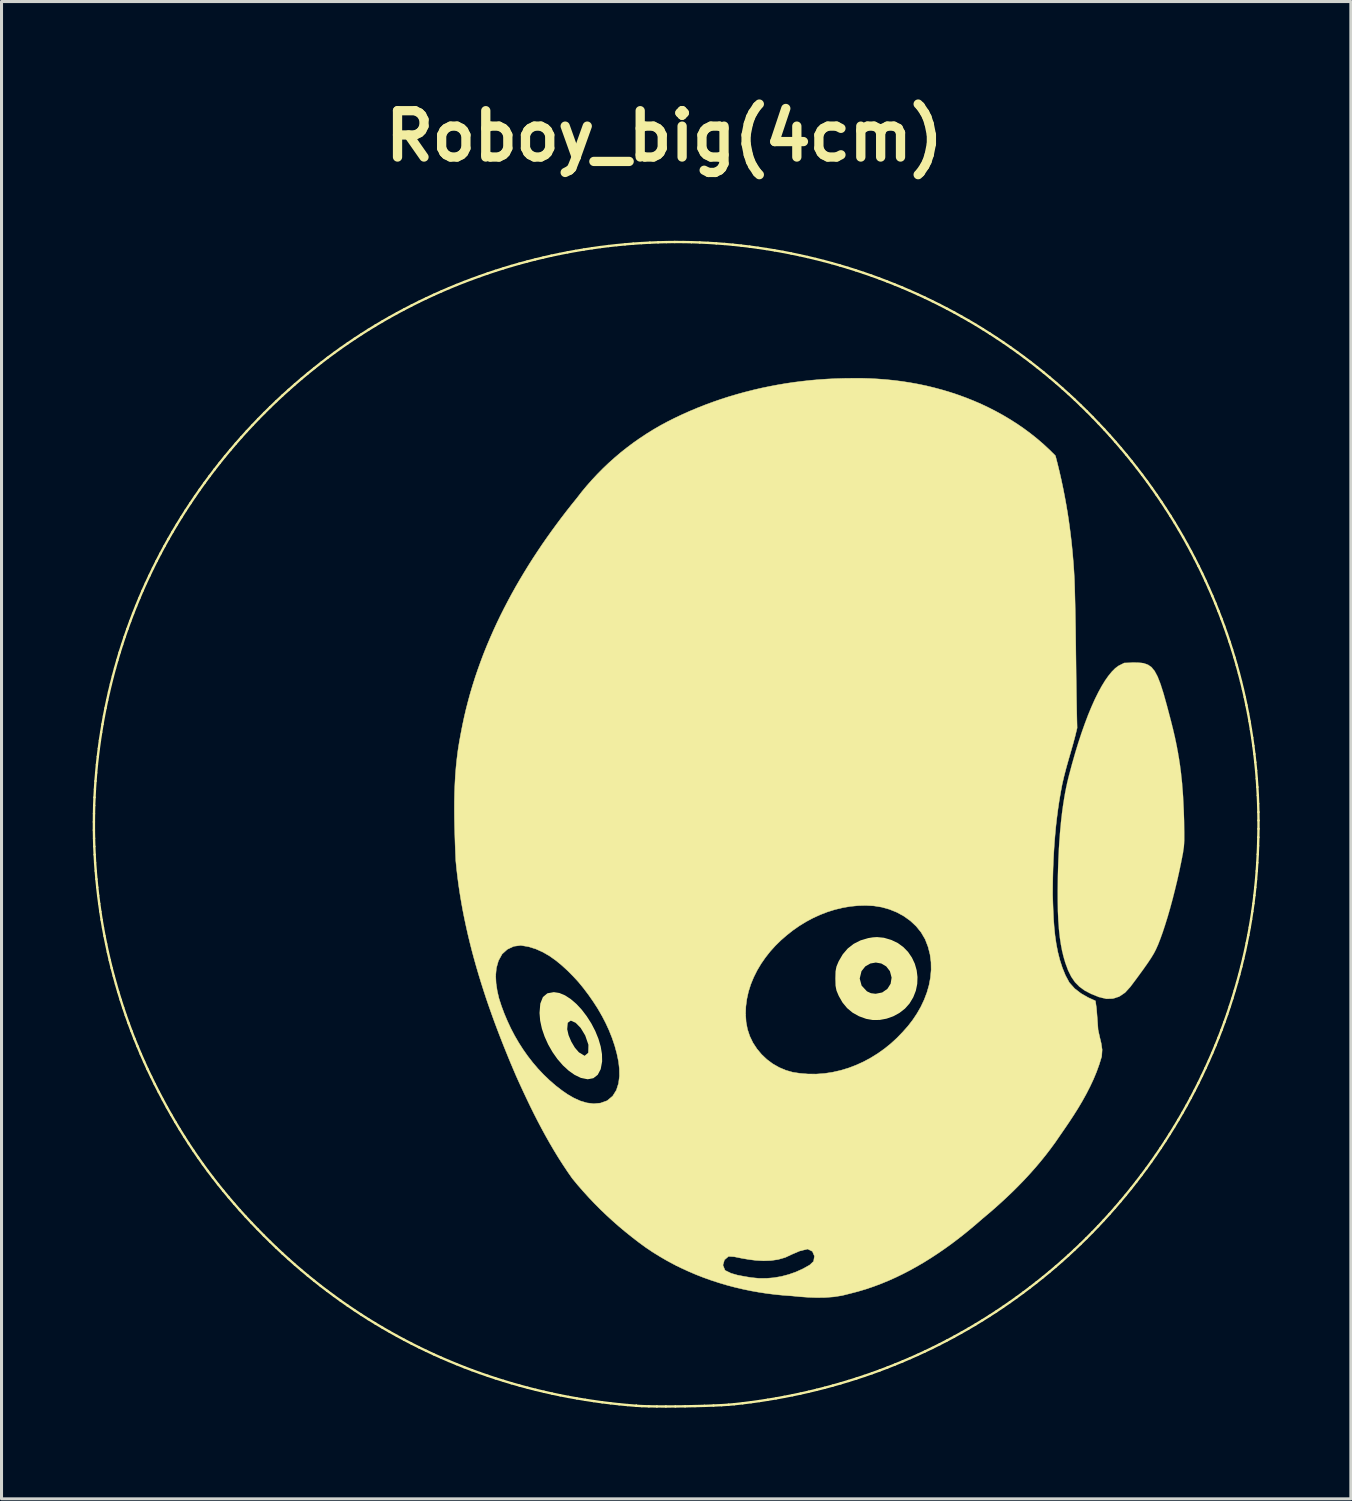
<source format=kicad_pcb>
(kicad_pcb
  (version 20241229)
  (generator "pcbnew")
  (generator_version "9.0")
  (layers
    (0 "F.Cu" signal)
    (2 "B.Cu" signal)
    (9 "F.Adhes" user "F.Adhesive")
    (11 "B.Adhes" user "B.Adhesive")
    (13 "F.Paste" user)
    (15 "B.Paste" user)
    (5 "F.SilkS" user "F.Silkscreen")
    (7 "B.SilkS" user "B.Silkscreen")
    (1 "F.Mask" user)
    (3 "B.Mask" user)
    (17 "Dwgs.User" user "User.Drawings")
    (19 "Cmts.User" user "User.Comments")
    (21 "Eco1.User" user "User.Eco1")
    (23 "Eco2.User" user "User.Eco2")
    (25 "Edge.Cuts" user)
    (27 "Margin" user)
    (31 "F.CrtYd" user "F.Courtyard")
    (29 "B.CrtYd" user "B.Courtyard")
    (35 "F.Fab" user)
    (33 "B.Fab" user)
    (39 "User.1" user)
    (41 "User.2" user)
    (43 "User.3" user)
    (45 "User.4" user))
  (footprint "Roboy_big(4cm)"
    (layer "F.Cu")
    (at 18.808 23.858)
    (property "Reference" "Roboy_big(4cm)" (at 0 -22.432 0) (layer "F.SilkS") (effects (font (size 1.524 1.524) (thickness 0.305))))
    (attr smd)
    (fp_line (start -18.769 0.13) (end -18.766 -0.139) (stroke (width 0.078) (type solid)) (layer "F.SilkS"))
    (fp_line (start -18.769 0.399) (end -18.769 0.13) (stroke (width 0.078) (type solid)) (layer "F.SilkS"))
    (fp_line (start -18.766 -0.139) (end -18.76 -0.409) (stroke (width 0.078) (type solid)) (layer "F.SilkS"))
    (fp_line (start -18.764 0.668) (end -18.769 0.399) (stroke (width 0.078) (type solid)) (layer "F.SilkS"))
    (fp_line (start -18.76 -0.409) (end -18.749 -0.678) (stroke (width 0.078) (type solid)) (layer "F.SilkS"))
    (fp_line (start -18.756 0.937) (end -18.764 0.668) (stroke (width 0.078) (type solid)) (layer "F.SilkS"))
    (fp_line (start -18.749 -0.678) (end -18.735 -0.946) (stroke (width 0.078) (type solid)) (layer "F.SilkS"))
    (fp_line (start -18.744 1.206) (end -18.756 0.937) (stroke (width 0.078) (type solid)) (layer "F.SilkS"))
    (fp_line (start -18.735 -0.946) (end -18.717 -1.215) (stroke (width 0.078) (type solid)) (layer "F.SilkS"))
    (fp_line (start -18.729 1.475) (end -18.744 1.206) (stroke (width 0.078) (type solid)) (layer "F.SilkS"))
    (fp_line (start -18.717 -1.215) (end -18.695 -1.483) (stroke (width 0.078) (type solid)) (layer "F.SilkS"))
    (fp_line (start -18.709 1.744) (end -18.729 1.475) (stroke (width 0.078) (type solid)) (layer "F.SilkS"))
    (fp_line (start -18.695 -1.483) (end -18.67 -1.751) (stroke (width 0.078) (type solid)) (layer "F.SilkS"))
    (fp_line (start -18.686 2.012) (end -18.709 1.744) (stroke (width 0.078) (type solid)) (layer "F.SilkS"))
    (fp_line (start -18.67 -1.751) (end -18.64 -2.019) (stroke (width 0.078) (type solid)) (layer "F.SilkS"))
    (fp_line (start -18.659 2.281) (end -18.686 2.012) (stroke (width 0.078) (type solid)) (layer "F.SilkS"))
    (fp_line (start -18.64 -2.019) (end -18.607 -2.286) (stroke (width 0.078) (type solid)) (layer "F.SilkS"))
    (fp_line (start -18.629 2.548) (end -18.659 2.281) (stroke (width 0.078) (type solid)) (layer "F.SilkS"))
    (fp_line (start -18.607 -2.286) (end -18.571 -2.553) (stroke (width 0.078) (type solid)) (layer "F.SilkS"))
    (fp_line (start -18.594 2.816) (end -18.629 2.548) (stroke (width 0.078) (type solid)) (layer "F.SilkS"))
    (fp_line (start -18.571 -2.553) (end -18.53 -2.819) (stroke (width 0.078) (type solid)) (layer "F.SilkS"))
    (fp_line (start -18.556 3.083) (end -18.594 2.816) (stroke (width 0.078) (type solid)) (layer "F.SilkS"))
    (fp_line (start -18.53 -2.819) (end -18.486 -3.085) (stroke (width 0.078) (type solid)) (layer "F.SilkS"))
    (fp_line (start -18.515 3.349) (end -18.556 3.083) (stroke (width 0.078) (type solid)) (layer "F.SilkS"))
    (fp_line (start -18.486 -3.085) (end -18.439 -3.35) (stroke (width 0.078) (type solid)) (layer "F.SilkS"))
    (fp_line (start -18.469 3.616) (end -18.515 3.349) (stroke (width 0.078) (type solid)) (layer "F.SilkS"))
    (fp_line (start -18.439 -3.35) (end -18.387 -3.615) (stroke (width 0.078) (type solid)) (layer "F.SilkS"))
    (fp_line (start -18.42 3.881) (end -18.469 3.616) (stroke (width 0.078) (type solid)) (layer "F.SilkS"))
    (fp_line (start -18.387 -3.615) (end -18.332 -3.878) (stroke (width 0.078) (type solid)) (layer "F.SilkS"))
    (fp_line (start -18.366 4.146) (end -18.42 3.881) (stroke (width 0.078) (type solid)) (layer "F.SilkS"))
    (fp_line (start -18.332 -3.878) (end -18.273 -4.142) (stroke (width 0.078) (type solid)) (layer "F.SilkS"))
    (fp_line (start -18.31 4.41) (end -18.366 4.146) (stroke (width 0.078) (type solid)) (layer "F.SilkS"))
    (fp_line (start -18.273 -4.142) (end -18.21 -4.404) (stroke (width 0.078) (type solid)) (layer "F.SilkS"))
    (fp_line (start -18.249 4.674) (end -18.31 4.41) (stroke (width 0.078) (type solid)) (layer "F.SilkS"))
    (fp_line (start -18.21 -4.404) (end -18.144 -4.665) (stroke (width 0.078) (type solid)) (layer "F.SilkS"))
    (fp_line (start -18.185 4.936) (end -18.249 4.674) (stroke (width 0.078) (type solid)) (layer "F.SilkS"))
    (fp_line (start -18.144 -4.665) (end -18.074 -4.926) (stroke (width 0.078) (type solid)) (layer "F.SilkS"))
    (fp_line (start -18.116 5.198) (end -18.185 4.936) (stroke (width 0.078) (type solid)) (layer "F.SilkS"))
    (fp_line (start -18.074 -4.926) (end -18 -5.186) (stroke (width 0.078) (type solid)) (layer "F.SilkS"))
    (fp_line (start -18.044 5.459) (end -18.116 5.198) (stroke (width 0.078) (type solid)) (layer "F.SilkS"))
    (fp_line (start -18 -5.186) (end -17.923 -5.445) (stroke (width 0.078) (type solid)) (layer "F.SilkS"))
    (fp_line (start -17.969 5.72) (end -18.044 5.459) (stroke (width 0.078) (type solid)) (layer "F.SilkS"))
    (fp_line (start -17.923 -5.445) (end -17.841 -5.702) (stroke (width 0.078) (type solid)) (layer "F.SilkS"))
    (fp_line (start -17.889 5.979) (end -17.969 5.72) (stroke (width 0.078) (type solid)) (layer "F.SilkS"))
    (fp_line (start -17.841 -5.702) (end -17.757 -5.959) (stroke (width 0.078) (type solid)) (layer "F.SilkS"))
    (fp_line (start -17.806 6.237) (end -17.889 5.979) (stroke (width 0.078) (type solid)) (layer "F.SilkS"))
    (fp_line (start -17.757 -5.959) (end -17.668 -6.215) (stroke (width 0.078) (type solid)) (layer "F.SilkS"))
    (fp_line (start -17.719 6.495) (end -17.806 6.237) (stroke (width 0.078) (type solid)) (layer "F.SilkS"))
    (fp_line (start -17.668 -6.215) (end -17.576 -6.469) (stroke (width 0.078) (type solid)) (layer "F.SilkS"))
    (fp_line (start -17.628 6.751) (end -17.719 6.495) (stroke (width 0.078) (type solid)) (layer "F.SilkS"))
    (fp_line (start -17.576 -6.469) (end -17.48 -6.722) (stroke (width 0.078) (type solid)) (layer "F.SilkS"))
    (fp_line (start -17.534 7.006) (end -17.628 6.751) (stroke (width 0.078) (type solid)) (layer "F.SilkS"))
    (fp_line (start -17.48 -6.722) (end -17.38 -6.974) (stroke (width 0.078) (type solid)) (layer "F.SilkS"))
    (fp_line (start -17.436 7.26) (end -17.534 7.006) (stroke (width 0.078) (type solid)) (layer "F.SilkS"))
    (fp_line (start -17.38 -6.974) (end -17.277 -7.225) (stroke (width 0.078) (type solid)) (layer "F.SilkS"))
    (fp_line (start -17.333 7.512) (end -17.436 7.26) (stroke (width 0.078) (type solid)) (layer "F.SilkS"))
    (fp_line (start -17.277 -7.225) (end -17.17 -7.475) (stroke (width 0.078) (type solid)) (layer "F.SilkS"))
    (fp_line (start -17.228 7.764) (end -17.333 7.512) (stroke (width 0.078) (type solid)) (layer "F.SilkS"))
    (fp_line (start -17.17 -7.475) (end -17.059 -7.723) (stroke (width 0.078) (type solid)) (layer "F.SilkS"))
    (fp_line (start -17.118 8.014) (end -17.228 7.764) (stroke (width 0.078) (type solid)) (layer "F.SilkS"))
    (fp_line (start -17.059 -7.723) (end -16.944 -7.969) (stroke (width 0.078) (type solid)) (layer "F.SilkS"))
    (fp_line (start -17.005 8.263) (end -17.118 8.014) (stroke (width 0.078) (type solid)) (layer "F.SilkS"))
    (fp_line (start -16.944 -7.969) (end -16.826 -8.215) (stroke (width 0.078) (type solid)) (layer "F.SilkS"))
    (fp_line (start -16.887 8.51) (end -17.005 8.263) (stroke (width 0.078) (type solid)) (layer "F.SilkS"))
    (fp_line (start -16.826 -8.215) (end -16.704 -8.458) (stroke (width 0.078) (type solid)) (layer "F.SilkS"))
    (fp_line (start -16.766 8.756) (end -16.887 8.51) (stroke (width 0.078) (type solid)) (layer "F.SilkS"))
    (fp_line (start -16.704 -8.458) (end -16.579 -8.7) (stroke (width 0.078) (type solid)) (layer "F.SilkS"))
    (fp_line (start -16.635 9.014) (end -16.766 8.756) (stroke (width 0.078) (type solid)) (layer "F.SilkS"))
    (fp_line (start -16.579 -8.7) (end -16.45 -8.941) (stroke (width 0.078) (type solid)) (layer "F.SilkS"))
    (fp_line (start -16.501 9.268) (end -16.635 9.014) (stroke (width 0.078) (type solid)) (layer "F.SilkS"))
    (fp_line (start -16.45 -8.941) (end -16.317 -9.18) (stroke (width 0.078) (type solid)) (layer "F.SilkS"))
    (fp_line (start -16.366 9.518) (end -16.501 9.268) (stroke (width 0.078) (type solid)) (layer "F.SilkS"))
    (fp_line (start -16.317 -9.18) (end -16.18 -9.417) (stroke (width 0.078) (type solid)) (layer "F.SilkS"))
    (fp_line (start -16.227 9.764) (end -16.366 9.518) (stroke (width 0.078) (type solid)) (layer "F.SilkS"))
    (fp_line (start -16.18 -9.417) (end -16.039 -9.654) (stroke (width 0.078) (type solid)) (layer "F.SilkS"))
    (fp_line (start -16.087 10.006) (end -16.227 9.764) (stroke (width 0.078) (type solid)) (layer "F.SilkS"))
    (fp_line (start -16.039 -9.654) (end -15.895 -9.889) (stroke (width 0.078) (type solid)) (layer "F.SilkS"))
    (fp_line (start -15.943 10.245) (end -16.087 10.006) (stroke (width 0.078) (type solid)) (layer "F.SilkS"))
    (fp_line (start -15.895 -9.889) (end -15.748 -10.121) (stroke (width 0.078) (type solid)) (layer "F.SilkS"))
    (fp_line (start -15.797 10.48) (end -15.943 10.245) (stroke (width 0.078) (type solid)) (layer "F.SilkS"))
    (fp_line (start -15.748 -10.121) (end -15.597 -10.351) (stroke (width 0.078) (type solid)) (layer "F.SilkS"))
    (fp_line (start -15.648 10.713) (end -15.797 10.48) (stroke (width 0.078) (type solid)) (layer "F.SilkS"))
    (fp_line (start -15.597 -10.351) (end -15.443 -10.579) (stroke (width 0.078) (type solid)) (layer "F.SilkS"))
    (fp_line (start -15.496 10.942) (end -15.648 10.713) (stroke (width 0.078) (type solid)) (layer "F.SilkS"))
    (fp_line (start -15.443 -10.579) (end -15.287 -10.804) (stroke (width 0.078) (type solid)) (layer "F.SilkS"))
    (fp_line (start -15.341 11.168) (end -15.496 10.942) (stroke (width 0.078) (type solid)) (layer "F.SilkS"))
    (fp_line (start -15.287 -10.804) (end -15.127 -11.027) (stroke (width 0.078) (type solid)) (layer "F.SilkS"))
    (fp_line (start -15.182 11.392) (end -15.341 11.168) (stroke (width 0.078) (type solid)) (layer "F.SilkS"))
    (fp_line (start -15.127 -11.027) (end -14.964 -11.248) (stroke (width 0.078) (type solid)) (layer "F.SilkS"))
    (fp_line (start -15.02 11.614) (end -15.182 11.392) (stroke (width 0.078) (type solid)) (layer "F.SilkS"))
    (fp_line (start -14.964 -11.248) (end -14.798 -11.466) (stroke (width 0.078) (type solid)) (layer "F.SilkS"))
    (fp_line (start -14.854 11.833) (end -15.02 11.614) (stroke (width 0.078) (type solid)) (layer "F.SilkS"))
    (fp_line (start -14.798 -11.466) (end -14.629 -11.682) (stroke (width 0.078) (type solid)) (layer "F.SilkS"))
    (fp_line (start -14.685 12.05) (end -14.854 11.833) (stroke (width 0.078) (type solid)) (layer "F.SilkS"))
    (fp_line (start -14.629 -11.682) (end -14.457 -11.896) (stroke (width 0.078) (type solid)) (layer "F.SilkS"))
    (fp_line (start -14.512 12.265) (end -14.685 12.05) (stroke (width 0.078) (type solid)) (layer "F.SilkS"))
    (fp_line (start -14.457 -11.896) (end -14.281 -12.107) (stroke (width 0.078) (type solid)) (layer "F.SilkS"))
    (fp_line (start -14.334 12.479) (end -14.512 12.265) (stroke (width 0.078) (type solid)) (layer "F.SilkS"))
    (fp_line (start -14.281 -12.107) (end -14.103 -12.316) (stroke (width 0.078) (type solid)) (layer "F.SilkS"))
    (fp_line (start -14.153 12.691) (end -14.334 12.479) (stroke (width 0.078) (type solid)) (layer "F.SilkS"))
    (fp_line (start -14.103 -12.316) (end -13.922 -12.522) (stroke (width 0.078) (type solid)) (layer "F.SilkS"))
    (fp_line (start -13.968 12.902) (end -14.153 12.691) (stroke (width 0.078) (type solid)) (layer "F.SilkS"))
    (fp_line (start -13.922 -12.522) (end -13.738 -12.726) (stroke (width 0.078) (type solid)) (layer "F.SilkS"))
    (fp_line (start -13.778 13.111) (end -13.968 12.902) (stroke (width 0.078) (type solid)) (layer "F.SilkS"))
    (fp_line (start -13.738 -12.726) (end -13.55 -12.927) (stroke (width 0.078) (type solid)) (layer "F.SilkS"))
    (fp_line (start -13.583 13.32) (end -13.778 13.111) (stroke (width 0.078) (type solid)) (layer "F.SilkS"))
    (fp_line (start -13.55 -12.927) (end -13.36 -13.126) (stroke (width 0.078) (type solid)) (layer "F.SilkS"))
    (fp_line (start -13.384 13.527) (end -13.583 13.32) (stroke (width 0.078) (type solid)) (layer "F.SilkS"))
    (fp_line (start -13.36 -13.126) (end -13.167 -13.322) (stroke (width 0.078) (type solid)) (layer "F.SilkS"))
    (fp_line (start -13.181 13.734) (end -13.384 13.527) (stroke (width 0.078) (type solid)) (layer "F.SilkS"))
    (fp_line (start -13.167 -13.322) (end -12.971 -13.516) (stroke (width 0.078) (type solid)) (layer "F.SilkS"))
    (fp_line (start -12.972 13.941) (end -13.181 13.734) (stroke (width 0.078) (type solid)) (layer "F.SilkS"))
    (fp_line (start -12.971 -13.516) (end -12.772 -13.707) (stroke (width 0.078) (type solid)) (layer "F.SilkS"))
    (fp_line (start -12.772 14.134) (end -12.972 13.941) (stroke (width 0.078) (type solid)) (layer "F.SilkS"))
    (fp_line (start -12.772 -13.707) (end -12.57 -13.896) (stroke (width 0.078) (type solid)) (layer "F.SilkS"))
    (fp_line (start -12.57 -13.896) (end -12.364 -14.082) (stroke (width 0.078) (type solid)) (layer "F.SilkS"))
    (fp_line (start -12.569 14.324) (end -12.772 14.134) (stroke (width 0.078) (type solid)) (layer "F.SilkS"))
    (fp_line (start -12.364 -14.082) (end -12.157 -14.265) (stroke (width 0.078) (type solid)) (layer "F.SilkS"))
    (fp_line (start -12.364 14.51) (end -12.569 14.324) (stroke (width 0.078) (type solid)) (layer "F.SilkS"))
    (fp_line (start -12.157 14.694) (end -12.364 14.51) (stroke (width 0.078) (type solid)) (layer "F.SilkS"))
    (fp_line (start -12.157 -14.265) (end -11.946 -14.446) (stroke (width 0.078) (type solid)) (layer "F.SilkS"))
    (fp_line (start -11.948 14.873) (end -12.157 14.694) (stroke (width 0.078) (type solid)) (layer "F.SilkS"))
    (fp_line (start -11.946 -14.446) (end -11.732 -14.625) (stroke (width 0.078) (type solid)) (layer "F.SilkS"))
    (fp_line (start -11.737 15.05) (end -11.948 14.873) (stroke (width 0.078) (type solid)) (layer "F.SilkS"))
    (fp_line (start -11.732 -14.625) (end -11.515 -14.8) (stroke (width 0.078) (type solid)) (layer "F.SilkS"))
    (fp_line (start -11.523 15.223) (end -11.737 15.05) (stroke (width 0.078) (type solid)) (layer "F.SilkS"))
    (fp_line (start -11.515 -14.8) (end -11.296 -14.974) (stroke (width 0.078) (type solid)) (layer "F.SilkS"))
    (fp_line (start -11.308 15.393) (end -11.523 15.223) (stroke (width 0.078) (type solid)) (layer "F.SilkS"))
    (fp_line (start -11.296 -14.974) (end -11.081 -15.139) (stroke (width 0.078) (type solid)) (layer "F.SilkS"))
    (fp_line (start -11.09 15.559) (end -11.308 15.393) (stroke (width 0.078) (type solid)) (layer "F.SilkS"))
    (fp_line (start -11.081 -15.139) (end -10.863 -15.3) (stroke (width 0.078) (type solid)) (layer "F.SilkS"))
    (fp_line (start -10.87 15.722) (end -11.09 15.559) (stroke (width 0.078) (type solid)) (layer "F.SilkS"))
    (fp_line (start -10.863 -15.3) (end -10.643 -15.459) (stroke (width 0.078) (type solid)) (layer "F.SilkS"))
    (fp_line (start -10.649 15.882) (end -10.87 15.722) (stroke (width 0.078) (type solid)) (layer "F.SilkS"))
    (fp_line (start -10.643 -15.459) (end -10.42 -15.614) (stroke (width 0.078) (type solid)) (layer "F.SilkS"))
    (fp_line (start -10.425 16.038) (end -10.649 15.882) (stroke (width 0.078) (type solid)) (layer "F.SilkS"))
    (fp_line (start -10.42 -15.614) (end -10.195 -15.765) (stroke (width 0.078) (type solid)) (layer "F.SilkS"))
    (fp_line (start -10.199 16.191) (end -10.425 16.038) (stroke (width 0.078) (type solid)) (layer "F.SilkS"))
    (fp_line (start -10.195 -15.765) (end -9.968 -15.914) (stroke (width 0.078) (type solid)) (layer "F.SilkS"))
    (fp_line (start -9.971 16.341) (end -10.199 16.191) (stroke (width 0.078) (type solid)) (layer "F.SilkS"))
    (fp_line (start -9.968 -15.914) (end -9.739 -16.059) (stroke (width 0.078) (type solid)) (layer "F.SilkS"))
    (fp_line (start -9.741 16.487) (end -9.971 16.341) (stroke (width 0.078) (type solid)) (layer "F.SilkS"))
    (fp_line (start -9.739 -16.059) (end -9.508 -16.201) (stroke (width 0.078) (type solid)) (layer "F.SilkS"))
    (fp_line (start -9.509 16.629) (end -9.741 16.487) (stroke (width 0.078) (type solid)) (layer "F.SilkS"))
    (fp_line (start -9.508 -16.201) (end -9.275 -16.339) (stroke (width 0.078) (type solid)) (layer "F.SilkS"))
    (fp_line (start -9.276 16.768) (end -9.509 16.629) (stroke (width 0.078) (type solid)) (layer "F.SilkS"))
    (fp_line (start -9.275 -16.339) (end -9.039 -16.474) (stroke (width 0.078) (type solid)) (layer "F.SilkS"))
    (fp_line (start -9.04 16.904) (end -9.276 16.768) (stroke (width 0.078) (type solid)) (layer "F.SilkS"))
    (fp_line (start -9.039 -16.474) (end -8.802 -16.605) (stroke (width 0.078) (type solid)) (layer "F.SilkS"))
    (fp_line (start -8.803 17.036) (end -9.04 16.904) (stroke (width 0.078) (type solid)) (layer "F.SilkS"))
    (fp_line (start -8.802 -16.605) (end -8.563 -16.733) (stroke (width 0.078) (type solid)) (layer "F.SilkS"))
    (fp_line (start -8.564 17.165) (end -8.803 17.036) (stroke (width 0.078) (type solid)) (layer "F.SilkS"))
    (fp_line (start -8.563 -16.733) (end -8.321 -16.858) (stroke (width 0.078) (type solid)) (layer "F.SilkS"))
    (fp_line (start -8.323 17.29) (end -8.564 17.165) (stroke (width 0.078) (type solid)) (layer "F.SilkS"))
    (fp_line (start -8.321 -16.858) (end -8.079 -16.979) (stroke (width 0.078) (type solid)) (layer "F.SilkS"))
    (fp_line (start -8.08 17.412) (end -8.323 17.29) (stroke (width 0.078) (type solid)) (layer "F.SilkS"))
    (fp_line (start -8.079 -16.979) (end -7.834 -17.097) (stroke (width 0.078) (type solid)) (layer "F.SilkS"))
    (fp_line (start -7.835 17.53) (end -8.08 17.412) (stroke (width 0.078) (type solid)) (layer "F.SilkS"))
    (fp_line (start -7.834 -17.097) (end -7.588 -17.211) (stroke (width 0.078) (type solid)) (layer "F.SilkS"))
    (fp_line (start -7.589 17.645) (end -7.835 17.53) (stroke (width 0.078) (type solid)) (layer "F.SilkS"))
    (fp_line (start -7.588 -17.211) (end -7.339 -17.322) (stroke (width 0.078) (type solid)) (layer "F.SilkS"))
    (fp_line (start -7.341 17.756) (end -7.589 17.645) (stroke (width 0.078) (type solid)) (layer "F.SilkS"))
    (fp_line (start -7.339 -17.322) (end -7.09 -17.429) (stroke (width 0.078) (type solid)) (layer "F.SilkS"))
    (fp_line (start -7.091 17.863) (end -7.341 17.756) (stroke (width 0.078) (type solid)) (layer "F.SilkS"))
    (fp_line (start -7.09 -17.429) (end -6.839 -17.533) (stroke (width 0.078) (type solid)) (layer "F.SilkS"))
    (fp_line (start -6.839 17.967) (end -7.091 17.863) (stroke (width 0.078) (type solid)) (layer "F.SilkS"))
    (fp_line (start -6.839 -17.533) (end -6.586 -17.633) (stroke (width 0.078) (type solid)) (layer "F.SilkS"))
    (fp_line (start -6.586 18.068) (end -6.839 17.967) (stroke (width 0.078) (type solid)) (layer "F.SilkS"))
    (fp_line (start -6.586 -17.633) (end -6.332 -17.729) (stroke (width 0.078) (type solid)) (layer "F.SilkS"))
    (fp_line (start -6.332 -17.729) (end -6.076 -17.822) (stroke (width 0.078) (type solid)) (layer "F.SilkS"))
    (fp_line (start -6.331 18.165) (end -6.586 18.068) (stroke (width 0.078) (type solid)) (layer "F.SilkS"))
    (fp_line (start -6.076 -17.822) (end -5.82 -17.912) (stroke (width 0.078) (type solid)) (layer "F.SilkS"))
    (fp_line (start -6.075 18.258) (end -6.331 18.165) (stroke (width 0.078) (type solid)) (layer "F.SilkS"))
    (fp_line (start -5.82 -17.912) (end -5.561 -17.998) (stroke (width 0.078) (type solid)) (layer "F.SilkS"))
    (fp_line (start -5.817 18.348) (end -6.075 18.258) (stroke (width 0.078) (type solid)) (layer "F.SilkS"))
    (fp_line (start -5.561 -17.998) (end -5.302 -18.08) (stroke (width 0.078) (type solid)) (layer "F.SilkS"))
    (fp_line (start -5.557 18.434) (end -5.817 18.348) (stroke (width 0.078) (type solid)) (layer "F.SilkS"))
    (fp_line (start -5.302 -18.08) (end -5.042 -18.159) (stroke (width 0.078) (type solid)) (layer "F.SilkS"))
    (fp_line (start -5.296 18.516) (end -5.557 18.434) (stroke (width 0.078) (type solid)) (layer "F.SilkS"))
    (fp_line (start -5.042 -18.159) (end -4.78 -18.234) (stroke (width 0.078) (type solid)) (layer "F.SilkS"))
    (fp_line (start -5.034 18.595) (end -5.296 18.516) (stroke (width 0.078) (type solid)) (layer "F.SilkS"))
    (fp_line (start -4.78 -18.234) (end -4.517 -18.305) (stroke (width 0.078) (type solid)) (layer "F.SilkS"))
    (fp_line (start -4.77 18.67) (end -5.034 18.595) (stroke (width 0.078) (type solid)) (layer "F.SilkS"))
    (fp_line (start -4.517 -18.305) (end -4.253 -18.373) (stroke (width 0.078) (type solid)) (layer "F.SilkS"))
    (fp_line (start -4.504 18.742) (end -4.77 18.67) (stroke (width 0.078) (type solid)) (layer "F.SilkS"))
    (fp_line (start -4.253 -18.373) (end -3.988 -18.436) (stroke (width 0.078) (type solid)) (layer "F.SilkS"))
    (fp_line (start -4.237 18.81) (end -4.504 18.742) (stroke (width 0.078) (type solid)) (layer "F.SilkS"))
    (fp_line (start -3.988 -18.436) (end -3.723 -18.497) (stroke (width 0.078) (type solid)) (layer "F.SilkS"))
    (fp_line (start -3.968 18.874) (end -4.237 18.81) (stroke (width 0.078) (type solid)) (layer "F.SilkS"))
    (fp_line (start -3.723 -18.497) (end -3.456 -18.553) (stroke (width 0.078) (type solid)) (layer "F.SilkS"))
    (fp_line (start -3.698 18.935) (end -3.968 18.874) (stroke (width 0.078) (type solid)) (layer "F.SilkS"))
    (fp_line (start -3.456 -18.553) (end -3.189 -18.606) (stroke (width 0.078) (type solid)) (layer "F.SilkS"))
    (fp_line (start -3.427 18.992) (end -3.698 18.935) (stroke (width 0.078) (type solid)) (layer "F.SilkS"))
    (fp_line (start -3.189 -18.606) (end -2.921 -18.655) (stroke (width 0.078) (type solid)) (layer "F.SilkS"))
    (fp_line (start -3.154 19.045) (end -3.427 18.992) (stroke (width 0.078) (type solid)) (layer "F.SilkS"))
    (fp_line (start -2.921 -18.655) (end -2.652 -18.7) (stroke (width 0.078) (type solid)) (layer "F.SilkS"))
    (fp_line (start -2.88 19.094) (end -3.154 19.045) (stroke (width 0.078) (type solid)) (layer "F.SilkS"))
    (fp_line (start -2.652 -18.7) (end -2.382 -18.742) (stroke (width 0.078) (type solid)) (layer "F.SilkS"))
    (fp_line (start -2.605 19.14) (end -2.88 19.094) (stroke (width 0.078) (type solid)) (layer "F.SilkS"))
    (fp_line (start -2.382 -18.742) (end -2.112 -18.78) (stroke (width 0.078) (type solid)) (layer "F.SilkS"))
    (fp_line (start -2.328 19.182) (end -2.605 19.14) (stroke (width 0.078) (type solid)) (layer "F.SilkS"))
    (fp_line (start -2.112 -18.78) (end -1.841 -18.814) (stroke (width 0.078) (type solid)) (layer "F.SilkS"))
    (fp_line (start -2.05 19.221) (end -2.328 19.182) (stroke (width 0.078) (type solid)) (layer "F.SilkS"))
    (fp_line (start -1.841 -18.814) (end -1.57 -18.844) (stroke (width 0.078) (type solid)) (layer "F.SilkS"))
    (fp_line (start -1.771 19.255) (end -2.05 19.221) (stroke (width 0.078) (type solid)) (layer "F.SilkS"))
    (fp_line (start -1.57 -18.844) (end -1.298 -18.87) (stroke (width 0.078) (type solid)) (layer "F.SilkS"))
    (fp_line (start -1.491 19.286) (end -1.771 19.255) (stroke (width 0.078) (type solid)) (layer "F.SilkS"))
    (fp_line (start -1.298 -18.87) (end -1.026 -18.893) (stroke (width 0.078) (type solid)) (layer "F.SilkS"))
    (fp_line (start -1.209 19.313) (end -1.491 19.286) (stroke (width 0.078) (type solid)) (layer "F.SilkS"))
    (fp_line (start -1.026 -18.893) (end -0.754 -18.911) (stroke (width 0.078) (type solid)) (layer "F.SilkS"))
    (fp_line (start -0.926 19.336) (end -1.209 19.313) (stroke (width 0.078) (type solid)) (layer "F.SilkS"))
    (fp_line (start -0.926 19.336) (end -0.926 19.336) (stroke (width 0.078) (type solid)) (layer "F.SilkS"))
    (fp_line (start -0.754 -18.911) (end -0.481 -18.926) (stroke (width 0.078) (type solid)) (layer "F.SilkS"))
    (fp_line (start -0.744 19.347) (end -0.926 19.336) (stroke (width 0.078) (type solid)) (layer "F.SilkS"))
    (fp_line (start -0.515 19.354) (end -0.744 19.347) (stroke (width 0.078) (type solid)) (layer "F.SilkS"))
    (fp_line (start -0.481 -18.926) (end -0.208 -18.937) (stroke (width 0.078) (type solid)) (layer "F.SilkS"))
    (fp_line (start -0.249 19.358) (end -0.515 19.354) (stroke (width 0.078) (type solid)) (layer "F.SilkS"))
    (fp_line (start -0.208 -18.937) (end 0.065 -18.944) (stroke (width 0.078) (type solid)) (layer "F.SilkS"))
    (fp_line (start 0.046 19.359) (end -0.249 19.358) (stroke (width 0.078) (type solid)) (layer "F.SilkS"))
    (fp_line (start 0.065 -18.944) (end 0.338 -18.947) (stroke (width 0.078) (type solid)) (layer "F.SilkS"))
    (fp_line (start 0.338 -18.947) (end 0.612 -18.946) (stroke (width 0.078) (type solid)) (layer "F.SilkS"))
    (fp_line (start 0.359 19.358) (end 0.046 19.359) (stroke (width 0.078) (type solid)) (layer "F.SilkS"))
    (fp_line (start 0.612 -18.946) (end 0.885 -18.941) (stroke (width 0.078) (type solid)) (layer "F.SilkS"))
    (fp_line (start 0.681 19.354) (end 0.359 19.358) (stroke (width 0.078) (type solid)) (layer "F.SilkS"))
    (fp_line (start 0.885 -18.941) (end 1.159 -18.932) (stroke (width 0.078) (type solid)) (layer "F.SilkS"))
    (fp_line (start 1.004 19.347) (end 0.681 19.354) (stroke (width 0.078) (type solid)) (layer "F.SilkS"))
    (fp_line (start 1.159 -18.932) (end 1.432 -18.919) (stroke (width 0.078) (type solid)) (layer "F.SilkS"))
    (fp_line (start 1.317 19.339) (end 1.004 19.347) (stroke (width 0.078) (type solid)) (layer "F.SilkS"))
    (fp_line (start 1.432 -18.919) (end 1.705 -18.902) (stroke (width 0.078) (type solid)) (layer "F.SilkS"))
    (fp_line (start 1.612 19.328) (end 1.317 19.339) (stroke (width 0.078) (type solid)) (layer "F.SilkS"))
    (fp_line (start 1.705 -18.902) (end 1.979 -18.882) (stroke (width 0.078) (type solid)) (layer "F.SilkS"))
    (fp_line (start 1.88 19.316) (end 1.612 19.328) (stroke (width 0.078) (type solid)) (layer "F.SilkS"))
    (fp_line (start 1.979 -18.882) (end 2.252 -18.857) (stroke (width 0.078) (type solid)) (layer "F.SilkS"))
    (fp_line (start 2.11 19.301) (end 1.88 19.316) (stroke (width 0.078) (type solid)) (layer "F.SilkS"))
    (fp_line (start 2.252 -18.857) (end 2.524 -18.828) (stroke (width 0.078) (type solid)) (layer "F.SilkS"))
    (fp_line (start 2.294 19.285) (end 2.11 19.301) (stroke (width 0.078) (type solid)) (layer "F.SilkS"))
    (fp_line (start 2.524 -18.828) (end 2.801 -18.795) (stroke (width 0.078) (type solid)) (layer "F.SilkS"))
    (fp_line (start 2.572 19.254) (end 2.294 19.285) (stroke (width 0.078) (type solid)) (layer "F.SilkS"))
    (fp_line (start 2.801 -18.795) (end 3.077 -18.757) (stroke (width 0.078) (type solid)) (layer "F.SilkS"))
    (fp_line (start 2.848 19.219) (end 2.572 19.254) (stroke (width 0.078) (type solid)) (layer "F.SilkS"))
    (fp_line (start 3.077 -18.757) (end 3.351 -18.716) (stroke (width 0.078) (type solid)) (layer "F.SilkS"))
    (fp_line (start 3.123 19.181) (end 2.848 19.219) (stroke (width 0.078) (type solid)) (layer "F.SilkS"))
    (fp_line (start 3.351 -18.716) (end 3.625 -18.671) (stroke (width 0.078) (type solid)) (layer "F.SilkS"))
    (fp_line (start 3.397 19.138) (end 3.123 19.181) (stroke (width 0.078) (type solid)) (layer "F.SilkS"))
    (fp_line (start 3.625 -18.671) (end 3.897 -18.623) (stroke (width 0.078) (type solid)) (layer "F.SilkS"))
    (fp_line (start 3.669 19.093) (end 3.397 19.138) (stroke (width 0.078) (type solid)) (layer "F.SilkS"))
    (fp_line (start 3.897 -18.623) (end 4.168 -18.57) (stroke (width 0.078) (type solid)) (layer "F.SilkS"))
    (fp_line (start 3.94 19.043) (end 3.669 19.093) (stroke (width 0.078) (type solid)) (layer "F.SilkS"))
    (fp_line (start 4.168 -18.57) (end 4.438 -18.514) (stroke (width 0.078) (type solid)) (layer "F.SilkS"))
    (fp_line (start 4.21 18.99) (end 3.94 19.043) (stroke (width 0.078) (type solid)) (layer "F.SilkS"))
    (fp_line (start 4.438 -18.514) (end 4.707 -18.454) (stroke (width 0.078) (type solid)) (layer "F.SilkS"))
    (fp_line (start 4.478 18.934) (end 4.21 18.99) (stroke (width 0.078) (type solid)) (layer "F.SilkS"))
    (fp_line (start 4.707 -18.454) (end 4.975 -18.39) (stroke (width 0.078) (type solid)) (layer "F.SilkS"))
    (fp_line (start 4.745 18.874) (end 4.478 18.934) (stroke (width 0.078) (type solid)) (layer "F.SilkS"))
    (fp_line (start 4.975 -18.39) (end 5.241 -18.323) (stroke (width 0.078) (type solid)) (layer "F.SilkS"))
    (fp_line (start 5.01 18.81) (end 4.745 18.874) (stroke (width 0.078) (type solid)) (layer "F.SilkS"))
    (fp_line (start 5.241 -18.323) (end 5.506 -18.252) (stroke (width 0.078) (type solid)) (layer "F.SilkS"))
    (fp_line (start 5.274 18.743) (end 5.01 18.81) (stroke (width 0.078) (type solid)) (layer "F.SilkS"))
    (fp_line (start 5.506 -18.252) (end 5.77 -18.177) (stroke (width 0.078) (type solid)) (layer "F.SilkS"))
    (fp_line (start 5.537 18.672) (end 5.274 18.743) (stroke (width 0.078) (type solid)) (layer "F.SilkS"))
    (fp_line (start 5.77 -18.177) (end 6.032 -18.098) (stroke (width 0.078) (type solid)) (layer "F.SilkS"))
    (fp_line (start 5.798 18.598) (end 5.537 18.672) (stroke (width 0.078) (type solid)) (layer "F.SilkS"))
    (fp_line (start 6.032 -18.098) (end 6.293 -18.016) (stroke (width 0.078) (type solid)) (layer "F.SilkS"))
    (fp_line (start 6.058 18.52) (end 5.798 18.598) (stroke (width 0.078) (type solid)) (layer "F.SilkS"))
    (fp_line (start 6.293 -18.016) (end 6.552 -17.93) (stroke (width 0.078) (type solid)) (layer "F.SilkS"))
    (fp_line (start 6.316 18.439) (end 6.058 18.52) (stroke (width 0.078) (type solid)) (layer "F.SilkS"))
    (fp_line (start 6.552 -17.93) (end 6.81 -17.841) (stroke (width 0.078) (type solid)) (layer "F.SilkS"))
    (fp_line (start 6.573 18.354) (end 6.316 18.439) (stroke (width 0.078) (type solid)) (layer "F.SilkS"))
    (fp_line (start 6.81 -17.841) (end 7.066 -17.748) (stroke (width 0.078) (type solid)) (layer "F.SilkS"))
    (fp_line (start 6.828 18.266) (end 6.573 18.354) (stroke (width 0.078) (type solid)) (layer "F.SilkS"))
    (fp_line (start 7.066 -17.748) (end 7.321 -17.651) (stroke (width 0.078) (type solid)) (layer "F.SilkS"))
    (fp_line (start 7.082 18.174) (end 6.828 18.266) (stroke (width 0.078) (type solid)) (layer "F.SilkS"))
    (fp_line (start 7.321 -17.651) (end 7.574 -17.551) (stroke (width 0.078) (type solid)) (layer "F.SilkS"))
    (fp_line (start 7.334 18.078) (end 7.082 18.174) (stroke (width 0.078) (type solid)) (layer "F.SilkS"))
    (fp_line (start 7.574 -17.551) (end 7.826 -17.448) (stroke (width 0.078) (type solid)) (layer "F.SilkS"))
    (fp_line (start 7.584 17.979) (end 7.334 18.078) (stroke (width 0.078) (type solid)) (layer "F.SilkS"))
    (fp_line (start 7.826 -17.448) (end 8.075 -17.34) (stroke (width 0.078) (type solid)) (layer "F.SilkS"))
    (fp_line (start 7.833 17.877) (end 7.584 17.979) (stroke (width 0.078) (type solid)) (layer "F.SilkS"))
    (fp_line (start 8.075 -17.34) (end 8.324 -17.23) (stroke (width 0.078) (type solid)) (layer "F.SilkS"))
    (fp_line (start 8.08 17.771) (end 7.833 17.877) (stroke (width 0.078) (type solid)) (layer "F.SilkS"))
    (fp_line (start 8.324 -17.23) (end 8.57 -17.116) (stroke (width 0.078) (type solid)) (layer "F.SilkS"))
    (fp_line (start 8.326 17.662) (end 8.08 17.771) (stroke (width 0.078) (type solid)) (layer "F.SilkS"))
    (fp_line (start 8.57 17.549) (end 8.326 17.662) (stroke (width 0.078) (type solid)) (layer "F.SilkS"))
    (fp_line (start 8.57 -17.116) (end 8.815 -16.998) (stroke (width 0.078) (type solid)) (layer "F.SilkS"))
    (fp_line (start 8.813 17.433) (end 8.57 17.549) (stroke (width 0.078) (type solid)) (layer "F.SilkS"))
    (fp_line (start 8.815 -16.998) (end 9.058 -16.877) (stroke (width 0.078) (type solid)) (layer "F.SilkS"))
    (fp_line (start 9.053 17.313) (end 8.813 17.433) (stroke (width 0.078) (type solid)) (layer "F.SilkS"))
    (fp_line (start 9.058 -16.877) (end 9.299 -16.752) (stroke (width 0.078) (type solid)) (layer "F.SilkS"))
    (fp_line (start 9.292 17.19) (end 9.053 17.313) (stroke (width 0.078) (type solid)) (layer "F.SilkS"))
    (fp_line (start 9.299 -16.752) (end 9.539 -16.625) (stroke (width 0.078) (type solid)) (layer "F.SilkS"))
    (fp_line (start 9.53 17.063) (end 9.292 17.19) (stroke (width 0.078) (type solid)) (layer "F.SilkS"))
    (fp_line (start 9.539 -16.625) (end 9.776 -16.493) (stroke (width 0.078) (type solid)) (layer "F.SilkS"))
    (fp_line (start 9.765 16.933) (end 9.53 17.063) (stroke (width 0.078) (type solid)) (layer "F.SilkS"))
    (fp_line (start 9.776 -16.493) (end 10.012 -16.359) (stroke (width 0.078) (type solid)) (layer "F.SilkS"))
    (fp_line (start 9.999 16.8) (end 9.765 16.933) (stroke (width 0.078) (type solid)) (layer "F.SilkS"))
    (fp_line (start 10.012 -16.359) (end 10.246 -16.221) (stroke (width 0.078) (type solid)) (layer "F.SilkS"))
    (fp_line (start 10.231 16.663) (end 9.999 16.8) (stroke (width 0.078) (type solid)) (layer "F.SilkS"))
    (fp_line (start 10.246 -16.221) (end 10.477 -16.079) (stroke (width 0.078) (type solid)) (layer "F.SilkS"))
    (fp_line (start 10.462 16.522) (end 10.231 16.663) (stroke (width 0.078) (type solid)) (layer "F.SilkS"))
    (fp_line (start 10.477 -16.079) (end 10.707 -15.934) (stroke (width 0.078) (type solid)) (layer "F.SilkS"))
    (fp_line (start 10.69 16.379) (end 10.462 16.522) (stroke (width 0.078) (type solid)) (layer "F.SilkS"))
    (fp_line (start 10.707 -15.934) (end 10.935 -15.786) (stroke (width 0.078) (type solid)) (layer "F.SilkS"))
    (fp_line (start 10.917 16.232) (end 10.69 16.379) (stroke (width 0.078) (type solid)) (layer "F.SilkS"))
    (fp_line (start 10.935 -15.786) (end 11.161 -15.635) (stroke (width 0.078) (type solid)) (layer "F.SilkS"))
    (fp_line (start 11.142 16.081) (end 10.917 16.232) (stroke (width 0.078) (type solid)) (layer "F.SilkS"))
    (fp_line (start 11.161 -15.635) (end 11.384 -15.481) (stroke (width 0.078) (type solid)) (layer "F.SilkS"))
    (fp_line (start 11.365 15.927) (end 11.142 16.081) (stroke (width 0.078) (type solid)) (layer "F.SilkS"))
    (fp_line (start 11.384 -15.481) (end 11.606 -15.323) (stroke (width 0.078) (type solid)) (layer "F.SilkS"))
    (fp_line (start 11.586 15.77) (end 11.365 15.927) (stroke (width 0.078) (type solid)) (layer "F.SilkS"))
    (fp_line (start 11.606 -15.323) (end 11.825 -15.162) (stroke (width 0.078) (type solid)) (layer "F.SilkS"))
    (fp_line (start 11.805 15.609) (end 11.586 15.77) (stroke (width 0.078) (type solid)) (layer "F.SilkS"))
    (fp_line (start 11.825 -15.162) (end 12.042 -14.998) (stroke (width 0.078) (type solid)) (layer "F.SilkS"))
    (fp_line (start 12.023 15.445) (end 11.805 15.609) (stroke (width 0.078) (type solid)) (layer "F.SilkS"))
    (fp_line (start 12.042 -14.998) (end 12.257 -14.83) (stroke (width 0.078) (type solid)) (layer "F.SilkS"))
    (fp_line (start 12.238 15.278) (end 12.023 15.445) (stroke (width 0.078) (type solid)) (layer "F.SilkS"))
    (fp_line (start 12.257 -14.83) (end 12.47 -14.66) (stroke (width 0.078) (type solid)) (layer "F.SilkS"))
    (fp_line (start 12.452 15.107) (end 12.238 15.278) (stroke (width 0.078) (type solid)) (layer "F.SilkS"))
    (fp_line (start 12.47 -14.66) (end 12.68 -14.486) (stroke (width 0.078) (type solid)) (layer "F.SilkS"))
    (fp_line (start 12.664 14.933) (end 12.452 15.107) (stroke (width 0.078) (type solid)) (layer "F.SilkS"))
    (fp_line (start 12.68 -14.486) (end 12.889 -14.309) (stroke (width 0.078) (type solid)) (layer "F.SilkS"))
    (fp_line (start 12.873 14.756) (end 12.664 14.933) (stroke (width 0.078) (type solid)) (layer "F.SilkS"))
    (fp_line (start 12.889 -14.309) (end 13.094 -14.129) (stroke (width 0.078) (type solid)) (layer "F.SilkS"))
    (fp_line (start 13.08 14.575) (end 12.873 14.756) (stroke (width 0.078) (type solid)) (layer "F.SilkS"))
    (fp_line (start 13.094 -14.129) (end 13.298 -13.946) (stroke (width 0.078) (type solid)) (layer "F.SilkS"))
    (fp_line (start 13.284 14.392) (end 13.08 14.575) (stroke (width 0.078) (type solid)) (layer "F.SilkS"))
    (fp_line (start 13.298 -13.946) (end 13.499 -13.76) (stroke (width 0.078) (type solid)) (layer "F.SilkS"))
    (fp_line (start 13.486 14.205) (end 13.284 14.392) (stroke (width 0.078) (type solid)) (layer "F.SilkS"))
    (fp_line (start 13.499 -13.76) (end 13.697 -13.57) (stroke (width 0.078) (type solid)) (layer "F.SilkS"))
    (fp_line (start 13.685 14.016) (end 13.486 14.205) (stroke (width 0.078) (type solid)) (layer "F.SilkS"))
    (fp_line (start 13.697 -13.57) (end 13.894 -13.378) (stroke (width 0.078) (type solid)) (layer "F.SilkS"))
    (fp_line (start 13.881 13.824) (end 13.685 14.016) (stroke (width 0.078) (type solid)) (layer "F.SilkS"))
    (fp_line (start 13.894 -13.378) (end 14.087 -13.183) (stroke (width 0.078) (type solid)) (layer "F.SilkS"))
    (fp_line (start 14.075 13.628) (end 13.881 13.824) (stroke (width 0.078) (type solid)) (layer "F.SilkS"))
    (fp_line (start 14.087 -13.183) (end 14.278 -12.984) (stroke (width 0.078) (type solid)) (layer "F.SilkS"))
    (fp_line (start 14.265 13.431) (end 14.075 13.628) (stroke (width 0.078) (type solid)) (layer "F.SilkS"))
    (fp_line (start 14.278 -12.984) (end 14.467 -12.783) (stroke (width 0.078) (type solid)) (layer "F.SilkS"))
    (fp_line (start 14.453 13.23) (end 14.265 13.431) (stroke (width 0.078) (type solid)) (layer "F.SilkS"))
    (fp_line (start 14.467 -12.783) (end 14.653 -12.579) (stroke (width 0.078) (type solid)) (layer "F.SilkS"))
    (fp_line (start 14.638 13.027) (end 14.453 13.23) (stroke (width 0.078) (type solid)) (layer "F.SilkS"))
    (fp_line (start 14.653 -12.579) (end 14.836 -12.371) (stroke (width 0.078) (type solid)) (layer "F.SilkS"))
    (fp_line (start 14.82 12.821) (end 14.638 13.027) (stroke (width 0.078) (type solid)) (layer "F.SilkS"))
    (fp_line (start 14.836 -12.371) (end 15.017 -12.161) (stroke (width 0.078) (type solid)) (layer "F.SilkS"))
    (fp_line (start 14.999 12.612) (end 14.82 12.821) (stroke (width 0.078) (type solid)) (layer "F.SilkS"))
    (fp_line (start 15.017 -12.161) (end 15.195 -11.948) (stroke (width 0.078) (type solid)) (layer "F.SilkS"))
    (fp_line (start 15.176 12.401) (end 14.999 12.612) (stroke (width 0.078) (type solid)) (layer "F.SilkS"))
    (fp_line (start 15.195 -11.948) (end 15.37 -11.732) (stroke (width 0.078) (type solid)) (layer "F.SilkS"))
    (fp_line (start 15.349 12.187) (end 15.176 12.401) (stroke (width 0.078) (type solid)) (layer "F.SilkS"))
    (fp_line (start 15.37 -11.732) (end 15.542 -11.513) (stroke (width 0.078) (type solid)) (layer "F.SilkS"))
    (fp_line (start 15.519 11.971) (end 15.349 12.187) (stroke (width 0.078) (type solid)) (layer "F.SilkS"))
    (fp_line (start 15.542 -11.513) (end 15.712 -11.291) (stroke (width 0.078) (type solid)) (layer "F.SilkS"))
    (fp_line (start 15.686 11.753) (end 15.519 11.971) (stroke (width 0.078) (type solid)) (layer "F.SilkS"))
    (fp_line (start 15.712 -11.291) (end 15.876 -11.071) (stroke (width 0.078) (type solid)) (layer "F.SilkS"))
    (fp_line (start 15.85 11.533) (end 15.686 11.753) (stroke (width 0.078) (type solid)) (layer "F.SilkS"))
    (fp_line (start 15.876 -11.071) (end 16.036 -10.849) (stroke (width 0.078) (type solid)) (layer "F.SilkS"))
    (fp_line (start 16.011 11.31) (end 15.85 11.533) (stroke (width 0.078) (type solid)) (layer "F.SilkS"))
    (fp_line (start 16.036 -10.849) (end 16.192 -10.625) (stroke (width 0.078) (type solid)) (layer "F.SilkS"))
    (fp_line (start 16.168 11.085) (end 16.011 11.31) (stroke (width 0.078) (type solid)) (layer "F.SilkS"))
    (fp_line (start 16.192 -10.625) (end 16.346 -10.399) (stroke (width 0.078) (type solid)) (layer "F.SilkS"))
    (fp_line (start 16.323 10.857) (end 16.168 11.085) (stroke (width 0.078) (type solid)) (layer "F.SilkS"))
    (fp_line (start 16.346 -10.399) (end 16.495 -10.171) (stroke (width 0.078) (type solid)) (layer "F.SilkS"))
    (fp_line (start 16.474 10.628) (end 16.323 10.857) (stroke (width 0.078) (type solid)) (layer "F.SilkS"))
    (fp_line (start 16.495 -10.171) (end 16.642 -9.942) (stroke (width 0.078) (type solid)) (layer "F.SilkS"))
    (fp_line (start 16.621 10.397) (end 16.474 10.628) (stroke (width 0.078) (type solid)) (layer "F.SilkS"))
    (fp_line (start 16.642 -9.942) (end 16.785 -9.711) (stroke (width 0.078) (type solid)) (layer "F.SilkS"))
    (fp_line (start 16.766 10.163) (end 16.621 10.397) (stroke (width 0.078) (type solid)) (layer "F.SilkS"))
    (fp_line (start 16.785 -9.711) (end 16.924 -9.478) (stroke (width 0.078) (type solid)) (layer "F.SilkS"))
    (fp_line (start 16.907 9.928) (end 16.766 10.163) (stroke (width 0.078) (type solid)) (layer "F.SilkS"))
    (fp_line (start 16.924 -9.478) (end 17.06 -9.243) (stroke (width 0.078) (type solid)) (layer "F.SilkS"))
    (fp_line (start 17.045 9.691) (end 16.907 9.928) (stroke (width 0.078) (type solid)) (layer "F.SilkS"))
    (fp_line (start 17.06 -9.243) (end 17.192 -9.007) (stroke (width 0.078) (type solid)) (layer "F.SilkS"))
    (fp_line (start 17.179 9.452) (end 17.045 9.691) (stroke (width 0.078) (type solid)) (layer "F.SilkS"))
    (fp_line (start 17.192 -9.007) (end 17.321 -8.769) (stroke (width 0.078) (type solid)) (layer "F.SilkS"))
    (fp_line (start 17.31 9.211) (end 17.179 9.452) (stroke (width 0.078) (type solid)) (layer "F.SilkS"))
    (fp_line (start 17.321 -8.769) (end 17.446 -8.529) (stroke (width 0.078) (type solid)) (layer "F.SilkS"))
    (fp_line (start 17.437 8.968) (end 17.31 9.211) (stroke (width 0.078) (type solid)) (layer "F.SilkS"))
    (fp_line (start 17.446 -8.529) (end 17.568 -8.288) (stroke (width 0.078) (type solid)) (layer "F.SilkS"))
    (fp_line (start 17.561 8.724) (end 17.437 8.968) (stroke (width 0.078) (type solid)) (layer "F.SilkS"))
    (fp_line (start 17.568 -8.288) (end 17.687 -8.045) (stroke (width 0.078) (type solid)) (layer "F.SilkS"))
    (fp_line (start 17.681 8.478) (end 17.561 8.724) (stroke (width 0.078) (type solid)) (layer "F.SilkS"))
    (fp_line (start 17.687 -8.045) (end 17.801 -7.801) (stroke (width 0.078) (type solid)) (layer "F.SilkS"))
    (fp_line (start 17.798 8.23) (end 17.681 8.478) (stroke (width 0.078) (type solid)) (layer "F.SilkS"))
    (fp_line (start 17.801 -7.801) (end 17.912 -7.555) (stroke (width 0.078) (type solid)) (layer "F.SilkS"))
    (fp_line (start 17.911 7.981) (end 17.798 8.23) (stroke (width 0.078) (type solid)) (layer "F.SilkS"))
    (fp_line (start 17.912 -7.555) (end 18.02 -7.308) (stroke (width 0.078) (type solid)) (layer "F.SilkS"))
    (fp_line (start 18.02 -7.308) (end 18.124 -7.059) (stroke (width 0.078) (type solid)) (layer "F.SilkS"))
    (fp_line (start 18.02 7.731) (end 17.911 7.981) (stroke (width 0.078) (type solid)) (layer "F.SilkS"))
    (fp_line (start 18.124 -7.059) (end 18.224 -6.809) (stroke (width 0.078) (type solid)) (layer "F.SilkS"))
    (fp_line (start 18.126 7.479) (end 18.02 7.731) (stroke (width 0.078) (type solid)) (layer "F.SilkS"))
    (fp_line (start 18.224 -6.809) (end 18.321 -6.557) (stroke (width 0.078) (type solid)) (layer "F.SilkS"))
    (fp_line (start 18.228 7.226) (end 18.126 7.479) (stroke (width 0.078) (type solid)) (layer "F.SilkS"))
    (fp_line (start 18.321 -6.557) (end 18.414 -6.305) (stroke (width 0.078) (type solid)) (layer "F.SilkS"))
    (fp_line (start 18.326 6.971) (end 18.228 7.226) (stroke (width 0.078) (type solid)) (layer "F.SilkS"))
    (fp_line (start 18.414 -6.305) (end 18.504 -6.051) (stroke (width 0.078) (type solid)) (layer "F.SilkS"))
    (fp_line (start 18.42 6.715) (end 18.326 6.971) (stroke (width 0.078) (type solid)) (layer "F.SilkS"))
    (fp_line (start 18.504 -6.051) (end 18.59 -5.795) (stroke (width 0.078) (type solid)) (layer "F.SilkS"))
    (fp_line (start 18.511 6.458) (end 18.42 6.715) (stroke (width 0.078) (type solid)) (layer "F.SilkS"))
    (fp_line (start 18.59 -5.795) (end 18.672 -5.539) (stroke (width 0.078) (type solid)) (layer "F.SilkS"))
    (fp_line (start 18.597 6.2) (end 18.511 6.458) (stroke (width 0.078) (type solid)) (layer "F.SilkS"))
    (fp_line (start 18.672 -5.539) (end 18.751 -5.281) (stroke (width 0.078) (type solid)) (layer "F.SilkS"))
    (fp_line (start 18.68 5.94) (end 18.597 6.2) (stroke (width 0.078) (type solid)) (layer "F.SilkS"))
    (fp_line (start 18.751 -5.281) (end 18.826 -5.022) (stroke (width 0.078) (type solid)) (layer "F.SilkS"))
    (fp_line (start 18.76 5.676) (end 18.68 5.94) (stroke (width 0.078) (type solid)) (layer "F.SilkS"))
    (fp_line (start 18.826 -5.022) (end 18.897 -4.762) (stroke (width 0.078) (type solid)) (layer "F.SilkS"))
    (fp_line (start 18.836 5.414) (end 18.76 5.676) (stroke (width 0.078) (type solid)) (layer "F.SilkS"))
    (fp_line (start 18.897 -4.762) (end 18.965 -4.5) (stroke (width 0.078) (type solid)) (layer "F.SilkS"))
    (fp_line (start 18.908 5.153) (end 18.836 5.414) (stroke (width 0.078) (type solid)) (layer "F.SilkS"))
    (fp_line (start 18.965 -4.5) (end 19.029 -4.238) (stroke (width 0.078) (type solid)) (layer "F.SilkS"))
    (fp_line (start 18.976 4.892) (end 18.908 5.153) (stroke (width 0.078) (type solid)) (layer "F.SilkS"))
    (fp_line (start 19.029 -4.238) (end 19.089 -3.975) (stroke (width 0.078) (type solid)) (layer "F.SilkS"))
    (fp_line (start 19.039 4.633) (end 18.976 4.892) (stroke (width 0.078) (type solid)) (layer "F.SilkS"))
    (fp_line (start 19.089 -3.975) (end 19.145 -3.71) (stroke (width 0.078) (type solid)) (layer "F.SilkS"))
    (fp_line (start 19.099 4.374) (end 19.039 4.633) (stroke (width 0.078) (type solid)) (layer "F.SilkS"))
    (fp_line (start 19.145 -3.71) (end 19.198 -3.445) (stroke (width 0.078) (type solid)) (layer "F.SilkS"))
    (fp_line (start 19.154 4.115) (end 19.099 4.374) (stroke (width 0.078) (type solid)) (layer "F.SilkS"))
    (fp_line (start 19.198 -3.445) (end 19.247 -3.179) (stroke (width 0.078) (type solid)) (layer "F.SilkS"))
    (fp_line (start 19.206 3.855) (end 19.154 4.115) (stroke (width 0.078) (type solid)) (layer "F.SilkS"))
    (fp_line (start 19.247 -3.179) (end 19.292 -2.911) (stroke (width 0.078) (type solid)) (layer "F.SilkS"))
    (fp_line (start 19.254 3.596) (end 19.206 3.855) (stroke (width 0.078) (type solid)) (layer "F.SilkS"))
    (fp_line (start 19.292 -2.911) (end 19.334 -2.643) (stroke (width 0.078) (type solid)) (layer "F.SilkS"))
    (fp_line (start 19.298 3.335) (end 19.254 3.596) (stroke (width 0.078) (type solid)) (layer "F.SilkS"))
    (fp_line (start 19.334 -2.643) (end 19.372 -2.374) (stroke (width 0.078) (type solid)) (layer "F.SilkS"))
    (fp_line (start 19.338 3.074) (end 19.298 3.335) (stroke (width 0.078) (type solid)) (layer "F.SilkS"))
    (fp_line (start 19.372 -2.374) (end 19.406 -2.104) (stroke (width 0.078) (type solid)) (layer "F.SilkS"))
    (fp_line (start 19.375 2.812) (end 19.338 3.074) (stroke (width 0.078) (type solid)) (layer "F.SilkS"))
    (fp_line (start 19.406 -2.104) (end 19.436 -1.833) (stroke (width 0.078) (type solid)) (layer "F.SilkS"))
    (fp_line (start 19.407 2.547) (end 19.375 2.812) (stroke (width 0.078) (type solid)) (layer "F.SilkS"))
    (fp_line (start 19.436 -1.833) (end 19.463 -1.562) (stroke (width 0.078) (type solid)) (layer "F.SilkS"))
    (fp_line (start 19.436 2.282) (end 19.407 2.547) (stroke (width 0.078) (type solid)) (layer "F.SilkS"))
    (fp_line (start 19.462 2.014) (end 19.436 2.282) (stroke (width 0.078) (type solid)) (layer "F.SilkS"))
    (fp_line (start 19.463 -1.562) (end 19.485 -1.29) (stroke (width 0.078) (type solid)) (layer "F.SilkS"))
    (fp_line (start 19.484 1.744) (end 19.462 2.014) (stroke (width 0.078) (type solid)) (layer "F.SilkS"))
    (fp_line (start 19.485 -1.29) (end 19.504 -1.017) (stroke (width 0.078) (type solid)) (layer "F.SilkS"))
    (fp_line (start 19.502 1.471) (end 19.484 1.744) (stroke (width 0.078) (type solid)) (layer "F.SilkS"))
    (fp_line (start 19.504 -1.017) (end 19.519 -0.743) (stroke (width 0.078) (type solid)) (layer "F.SilkS"))
    (fp_line (start 19.517 1.195) (end 19.502 1.471) (stroke (width 0.078) (type solid)) (layer "F.SilkS"))
    (fp_line (start 19.519 -0.743) (end 19.53 -0.469) (stroke (width 0.078) (type solid)) (layer "F.SilkS"))
    (fp_line (start 19.528 0.916) (end 19.517 1.195) (stroke (width 0.078) (type solid)) (layer "F.SilkS"))
    (fp_line (start 19.53 -0.469) (end 19.538 -0.194) (stroke (width 0.078) (type solid)) (layer "F.SilkS"))
    (fp_line (start 19.536 0.634) (end 19.528 0.916) (stroke (width 0.078) (type solid)) (layer "F.SilkS"))
    (fp_line (start 19.538 -0.194) (end 19.541 0.082) (stroke (width 0.078) (type solid)) (layer "F.SilkS"))
    (fp_line (start 19.541 0.358) (end 19.536 0.634) (stroke (width 0.078) (type solid)) (layer "F.SilkS"))
    (fp_line (start 19.541 0.082) (end 19.541 0.358) (stroke (width 0.078) (type solid)) (layer "F.SilkS"))
    (fp_poly (pts (xy -3.639 5.729) (xy -3.852 5.768) (xy -3.07 6.671) (xy -2.921 6.739) (xy -2.757 6.907) (xy -2.607 7.155) (xy -2.502 7.46) (xy -2.508 7.723) (xy -2.626 7.823) (xy -2.815 7.709) (xy -2.947 7.556) (xy -3.065 7.357) (xy -3.155 7.144) (xy -3.199 6.949) (xy -3.18 6.738) (xy -3.085 6.669) (xy -3.087 6.67) (xy -3.07 6.671) (xy -3.852 5.768) (xy -3.999 5.891) (xy -4.084 6.105) (xy -4.11 6.414) (xy -4.089 6.669) (xy -4.032 6.932) (xy -3.942 7.195) (xy -3.825 7.454) (xy -3.683 7.702) (xy -3.521 7.932) (xy -3.342 8.138) (xy -3.151 8.314) (xy -2.952 8.454) (xy -2.749 8.551) (xy -2.525 8.596) (xy -2.339 8.561) (xy -2.195 8.449) (xy -2.097 8.263) (xy -2.05 8.007) (xy -2.055 7.769) (xy -2.097 7.519) (xy -2.172 7.263) (xy -2.276 7.008) (xy -2.405 6.759) (xy -2.555 6.524) (xy -2.72 6.307) (xy -2.898 6.116) (xy -3.083 5.957) (xy -3.271 5.835) (xy -3.457 5.757) (xy -3.639 5.729)) (stroke (width 0) (type solid)) (fill yes) (layer "F.SilkS"))
    (fp_poly (pts (xy 6.993 3.918) (xy 6.853 3.927) (xy 6.954 4.756) (xy 7.135 4.788) (xy 7.295 4.883) (xy 7.417 5.041) (xy 7.472 5.251) (xy 7.44 5.452) (xy 7.333 5.622) (xy 7.164 5.74) (xy 6.948 5.783) (xy 6.792 5.764) (xy 6.661 5.703) (xy 6.486 5.515) (xy 6.423 5.282) (xy 6.482 5.04) (xy 6.608 4.882) (xy 6.772 4.788) (xy 6.953 4.756) (xy 6.954 4.756) (xy 6.853 3.927) (xy 6.701 3.952) (xy 6.447 4.028) (xy 6.222 4.142) (xy 6.028 4.294) (xy 5.864 4.486) (xy 5.73 4.715) (xy 5.658 4.887) (xy 5.627 5.046) (xy 5.621 5.282) (xy 5.627 5.518) (xy 5.659 5.679) (xy 5.733 5.855) (xy 5.857 6.072) (xy 6.008 6.255) (xy 6.188 6.405) (xy 6.397 6.522) (xy 6.638 6.609) (xy 6.856 6.647) (xy 7.082 6.644) (xy 7.307 6.602) (xy 7.526 6.525) (xy 7.73 6.414) (xy 7.911 6.273) (xy 8.061 6.105) (xy 8.185 5.899) (xy 8.27 5.682) (xy 8.316 5.458) (xy 8.324 5.232) (xy 8.297 5.01) (xy 8.236 4.795) (xy 8.141 4.593) (xy 8.016 4.409) (xy 7.859 4.247) (xy 7.675 4.113) (xy 7.463 4.012) (xy 7.219 3.94) (xy 6.993 3.918) (xy 6.993 3.918)) (stroke (width 0) (type solid)) (fill yes) (layer "F.SilkS"))
    (fp_poly (pts (xy 14.292 5.892) (xy 14.038 5.79) (xy 13.825 5.679) (xy 13.649 5.551) (xy 13.503 5.402) (xy 13.381 5.223) (xy 13.276 5.011) (xy 13.183 4.757) (xy 13.127 4.564) (xy 13.078 4.36) (xy 13.037 4.142) (xy 13.003 3.908) (xy 12.976 3.654) (xy 12.956 3.378) (xy 12.943 3.078) (xy 12.936 2.75) (xy 12.935 2.392) (xy 12.94 2.002) (xy 12.948 1.671) (xy 12.959 1.354) (xy 12.973 1.05) (xy 12.991 0.759) (xy 13.012 0.48) (xy 13.036 0.212) (xy 13.063 -0.045) (xy 13.094 -0.291) (xy 13.129 -0.527) (xy 13.166 -0.754) (xy 13.208 -0.972) (xy 13.253 -1.182) (xy 13.302 -1.383) (xy 13.403 -1.762) (xy 13.506 -2.124) (xy 13.611 -2.469) (xy 13.718 -2.795) (xy 13.827 -3.103) (xy 13.936 -3.392) (xy 14.047 -3.66) (xy 14.158 -3.908) (xy 14.27 -4.134) (xy 14.382 -4.339) (xy 14.493 -4.52) (xy 14.604 -4.678) (xy 14.714 -4.812) (xy 14.822 -4.921) (xy 14.93 -5.004) (xy 15.121 -5.1) (xy 15.412 -5.117) (xy 15.606 -5.112) (xy 15.768 -5.091) (xy 15.905 -5.043) (xy 16.023 -4.961) (xy 16.126 -4.835) (xy 16.223 -4.654) (xy 16.318 -4.411) (xy 16.419 -4.094) (xy 16.53 -3.696) (xy 16.659 -3.206) (xy 16.728 -2.931) (xy 16.79 -2.665) (xy 16.845 -2.405) (xy 16.893 -2.149) (xy 16.936 -1.894) (xy 16.973 -1.638) (xy 17.004 -1.378) (xy 17.031 -1.111) (xy 17.052 -0.836) (xy 17.07 -0.549) (xy 17.083 -0.249) (xy 17.093 0.068) (xy 17.101 0.467) (xy 17.101 0.739) (xy 17.087 0.948) (xy 17.056 1.158) (xy 17.003 1.431) (xy 16.938 1.743) (xy 16.868 2.057) (xy 16.793 2.367) (xy 16.716 2.671) (xy 16.636 2.966) (xy 16.555 3.247) (xy 16.473 3.511) (xy 16.393 3.755) (xy 16.314 3.975) (xy 16.239 4.168) (xy 16.167 4.329) (xy 16.103 4.452) (xy 16.018 4.593) (xy 15.905 4.764) (xy 15.758 4.973) (xy 15.57 5.231) (xy 15.333 5.549) (xy 15.155 5.745) (xy 14.963 5.876) (xy 14.756 5.944) (xy 14.532 5.95) (xy 14.292 5.892) (xy 14.292 5.892)) (stroke (width 0.007) (type solid)) (fill yes) (layer "F.SilkS"))
    (fp_poly (pts (xy 6.191 -14.464) (xy 6.626 2.877) (xy 6.887 2.891) (xy 7.147 2.933) (xy 7.402 3.005) (xy 7.647 3.104) (xy 7.878 3.231) (xy 8.091 3.384) (xy 8.281 3.562) (xy 8.444 3.764) (xy 8.576 3.99) (xy 8.672 4.239) (xy 8.736 4.49) (xy 8.769 4.743) (xy 8.773 4.996) (xy 8.751 5.248) (xy 8.704 5.497) (xy 8.634 5.742) (xy 8.543 5.981) (xy 8.433 6.214) (xy 8.305 6.437) (xy 8.162 6.651) (xy 8.006 6.852) (xy 7.838 7.041) (xy 7.651 7.235) (xy 7.452 7.418) (xy 7.242 7.588) (xy 7.022 7.745) (xy 6.792 7.888) (xy 6.554 8.017) (xy 6.308 8.129) (xy 6.056 8.225) (xy 5.798 8.303) (xy 5.536 8.363) (xy 5.27 8.404) (xy 5.001 8.424) (xy 4.731 8.423) (xy 4.459 8.401) (xy 4.22 8.365) (xy 3.99 8.299) (xy 3.769 8.205) (xy 3.561 8.086) (xy 3.369 7.943) (xy 3.195 7.778) (xy 3.042 7.595) (xy 2.911 7.395) (xy 2.807 7.179) (xy 2.731 6.952) (xy 2.686 6.714) (xy 2.669 6.458) (xy 2.677 6.206) (xy 2.71 5.956) (xy 2.764 5.712) (xy 2.84 5.472) (xy 2.936 5.239) (xy 3.049 5.013) (xy 3.179 4.795) (xy 3.324 4.586) (xy 3.482 4.386) (xy 3.652 4.198) (xy 3.833 4.021) (xy 4.022 3.857) (xy 4.224 3.697) (xy 4.436 3.549) (xy 4.656 3.414) (xy 4.884 3.292) (xy 5.119 3.184) (xy 5.36 3.091) (xy 5.606 3.014) (xy 5.857 2.953) (xy 6.111 2.909) (xy 6.368 2.884) (xy 6.626 2.877) (xy 6.191 -14.464) (xy -4.726 4.191) (xy -4.472 4.234) (xy -4.23 4.309) (xy -3.999 4.413) (xy -3.78 4.54) (xy -3.571 4.688) (xy -3.372 4.852) (xy -3.182 5.026) (xy -3.002 5.208) (xy -2.831 5.393) (xy -2.661 5.601) (xy -2.498 5.817) (xy -2.343 6.039) (xy -2.196 6.267) (xy -2.06 6.501) (xy -1.935 6.741) (xy -1.822 6.986) (xy -1.722 7.237) (xy -1.636 7.492) (xy -1.565 7.753) (xy -1.51 8.017) (xy -1.484 8.248) (xy -1.48 8.49) (xy -1.51 8.729) (xy -1.581 8.952) (xy -1.703 9.148) (xy -1.886 9.301) (xy -2.105 9.379) (xy -2.329 9.4) (xy -2.553 9.372) (xy -2.774 9.306) (xy -2.986 9.209) (xy -3.188 9.092) (xy -3.373 8.964) (xy -3.584 8.801) (xy -3.785 8.626) (xy -3.977 8.442) (xy -4.16 8.248) (xy -4.333 8.045) (xy -4.497 7.834) (xy -4.651 7.616) (xy -4.795 7.391) (xy -4.929 7.16) (xy -5.053 6.923) (xy -5.166 6.681) (xy -5.27 6.435) (xy -5.363 6.186) (xy -5.445 5.933) (xy -5.501 5.691) (xy -5.539 5.439) (xy -5.552 5.185) (xy -5.529 4.935) (xy -5.461 4.696) (xy -5.34 4.476) (xy -5.167 4.32) (xy -4.956 4.221) (xy -4.725 4.191) (xy -4.726 4.191) (xy 6.191 -14.464) (xy 5.917 -14.461) (xy 5.642 -14.453) (xy 5.367 -14.44) (xy 5.093 -14.422) (xy 4.818 -14.398) (xy 4.545 -14.368) (xy 4.271 -14.334) (xy 1.923 14.71) (xy 1.974 14.536) (xy 2.108 14.422) (xy 2.293 14.433) (xy 2.529 14.481) (xy 2.77 14.523) (xy 3.014 14.554) (xy 3.259 14.567) (xy 3.501 14.559) (xy 3.74 14.524) (xy 3.973 14.457) (xy 4.197 14.352) (xy 4.448 14.245) (xy 4.71 14.18) (xy 4.71 14.18) (xy 4.867 14.257) (xy 4.934 14.414) (xy 4.906 14.585) (xy 4.779 14.705) (xy 4.56 14.828) (xy 4.331 14.932) (xy 4.094 15.016) (xy 3.85 15.081) (xy 3.602 15.124) (xy 3.351 15.145) (xy 3.1 15.144) (xy 2.849 15.119) (xy 2.628 15.082) (xy 2.406 15.04) (xy 2.19 14.978) (xy 1.992 14.881) (xy 1.923 14.71) (xy 4.271 -14.334) (xy 3.999 -14.294) (xy 3.727 -14.248) (xy 3.457 -14.197) (xy 3.187 -14.141) (xy 2.919 -14.079) (xy 2.652 -14.011) (xy 2.387 -13.938) (xy 2.123 -13.86) (xy 1.861 -13.776) (xy 1.601 -13.686) (xy 1.343 -13.591) (xy 1.087 -13.49) (xy 0.834 -13.384) (xy 0.583 -13.272) (xy 0.334 -13.154) (xy 0.088 -13.03) (xy -0.142 -12.906) (xy -0.368 -12.775) (xy -0.59 -12.637) (xy -0.808 -12.493) (xy -1.022 -12.343) (xy -1.231 -12.186) (xy -1.436 -12.024) (xy -1.635 -11.855) (xy -1.83 -11.681) (xy -2.019 -11.501) (xy -2.203 -11.315) (xy -2.382 -11.124) (xy -2.555 -10.928) (xy -2.722 -10.727) (xy -2.882 -10.52) (xy -3.053 -10.309) (xy -3.221 -10.095) (xy -3.387 -9.879) (xy -3.55 -9.661) (xy -3.711 -9.441) (xy -3.869 -9.219) (xy -4.025 -8.995) (xy -4.177 -8.768) (xy -4.327 -8.54) (xy -4.473 -8.31) (xy -4.616 -8.077) (xy -4.756 -7.843) (xy -4.893 -7.607) (xy -5.026 -7.368) (xy -5.155 -7.128) (xy -5.281 -6.886) (xy -5.403 -6.643) (xy -5.521 -6.397) (xy -5.634 -6.15) (xy -5.744 -5.9) (xy -5.85 -5.649) (xy -5.951 -5.397) (xy -6.047 -5.142) (xy -6.139 -4.886) (xy -6.227 -4.628) (xy -6.309 -4.369) (xy -6.387 -4.108) (xy -6.459 -3.845) (xy -6.527 -3.581) (xy -6.589 -3.315) (xy -6.646 -3.048) (xy -6.698 -2.779) (xy -6.749 -2.503) (xy -6.793 -2.226) (xy -6.828 -1.949) (xy -6.857 -1.67) (xy -6.879 -1.391) (xy -6.894 -1.112) (xy -6.905 -0.832) (xy -6.911 -0.551) (xy -6.912 -0.271) (xy -6.91 0.01) (xy -6.904 0.29) (xy -6.896 0.571) (xy -6.887 0.851) (xy -6.876 1.131) (xy -6.864 1.411) (xy -6.837 1.683) (xy -6.805 1.955) (xy -6.769 2.226) (xy -6.728 2.496) (xy -6.683 2.766) (xy -6.635 3.034) (xy -6.582 3.302) (xy -6.525 3.569) (xy -6.465 3.836) (xy -6.401 4.101) (xy -6.334 4.366) (xy -6.263 4.63) (xy -6.189 4.893) (xy -6.112 5.155) (xy -6.032 5.416) (xy -5.949 5.677) (xy -5.864 5.937) (xy -5.775 6.196) (xy -5.684 6.454) (xy -5.591 6.711) (xy -5.495 6.967) (xy -5.397 7.222) (xy -5.297 7.477) (xy -5.195 7.73) (xy -5.092 7.983) (xy -4.986 8.235) (xy -4.879 8.485) (xy -4.766 8.736) (xy -4.651 8.985) (xy -4.534 9.234) (xy -4.415 9.482) (xy -4.293 9.729) (xy -4.168 9.974) (xy -4.04 10.217) (xy -3.908 10.459) (xy -3.773 10.698) (xy -3.634 10.935) (xy -3.491 11.17) (xy -3.343 11.401) (xy -3.191 11.63) (xy -3.034 11.855) (xy -2.858 12.069) (xy -2.676 12.278) (xy -2.49 12.483) (xy -2.299 12.684) (xy -2.104 12.88) (xy -1.904 13.071) (xy -1.7 13.258) (xy -1.492 13.441) (xy -1.28 13.618) (xy -1.064 13.791) (xy -0.845 13.96) (xy -0.623 14.123) (xy -0.399 14.274) (xy -0.17 14.416) (xy 0.063 14.552) (xy 0.3 14.68) (xy 0.541 14.8) (xy 0.786 14.913) (xy 1.033 15.019) (xy 1.284 15.117) (xy 1.538 15.208) (xy 1.794 15.291) (xy 2.052 15.368) (xy 2.313 15.437) (xy 2.576 15.499) (xy 2.84 15.554) (xy 3.105 15.601) (xy 3.372 15.642) (xy 3.64 15.675) (xy 3.909 15.702) (xy 4.178 15.721) (xy 4.454 15.748) (xy 4.732 15.768) (xy 5.011 15.778) (xy 5.29 15.774) (xy 5.567 15.753) (xy 5.842 15.71) (xy 6.113 15.642) (xy 6.37 15.575) (xy 6.625 15.499) (xy 6.876 15.414) (xy 7.124 15.321) (xy 7.369 15.22) (xy 7.61 15.112) (xy 7.849 14.996) (xy 8.084 14.874) (xy 8.316 14.745) (xy 8.545 14.611) (xy 8.771 14.47) (xy 8.993 14.324) (xy 9.213 14.173) (xy 9.429 14.018) (xy 9.641 13.858) (xy 9.851 13.694) (xy 10.057 13.526) (xy 10.26 13.355) (xy 10.46 13.181) (xy 10.665 13.009) (xy 10.869 12.833) (xy 11.069 12.653) (xy 11.266 12.471) (xy 11.461 12.285) (xy 11.651 12.095) (xy 11.838 11.902) (xy 12.02 11.705) (xy 12.199 11.504) (xy 12.372 11.299) (xy 12.541 11.09) (xy 12.704 10.877) (xy 12.863 10.66) (xy 13.015 10.438) (xy 13.167 10.218) (xy 13.317 9.997) (xy 13.464 9.773) (xy 13.607 9.546) (xy 13.744 9.315) (xy 13.874 9.081) (xy 13.996 8.843) (xy 14.11 8.601) (xy 14.213 8.354) (xy 14.304 8.102) (xy 14.383 7.845) (xy 14.398 7.623) (xy 14.365 7.405) (xy 14.313 7.188) (xy 14.265 6.97) (xy 14.249 6.747) (xy 14.231 6.502) (xy 14.211 6.257) (xy 14.177 6.016) (xy 13.935 5.906) (xy 13.702 5.772) (xy 13.492 5.61) (xy 13.317 5.413) (xy 13.19 5.176) (xy 13.088 4.924) (xy 13.005 4.667) (xy 12.939 4.406) (xy 12.888 4.141) (xy 12.849 3.873) (xy 12.821 3.603) (xy 12.801 3.332) (xy 12.788 3.06) (xy 12.778 2.79) (xy 12.77 2.521) (xy 12.772 2.24) (xy 12.776 1.959) (xy 12.783 1.678) (xy 12.794 1.397) (xy 12.809 1.117) (xy 12.827 0.836) (xy 12.85 0.556) (xy 12.876 0.276) (xy 12.908 -0.003) (xy 12.944 -0.282) (xy 12.985 -0.56) (xy 13.032 -0.836) (xy 13.084 -1.113) (xy 13.146 -1.379) (xy 13.215 -1.644) (xy 13.289 -1.907) (xy 13.365 -2.17) (xy 13.44 -2.433) (xy 13.511 -2.697) (xy 13.575 -2.962) (xy 13.568 -3.233) (xy 13.562 -3.504) (xy 13.557 -3.775) (xy 13.552 -4.046) (xy 13.548 -4.317) (xy 13.544 -4.588) (xy 13.541 -4.86) (xy 13.538 -5.131) (xy 13.534 -5.402) (xy 13.531 -5.673) (xy 13.527 -5.944) (xy 13.524 -6.215) (xy 13.519 -6.486) (xy 13.514 -6.757) (xy 13.509 -7.028) (xy 13.502 -7.299) (xy 13.495 -7.57) (xy 13.486 -7.841) (xy 13.471 -8.116) (xy 13.452 -8.39) (xy 13.429 -8.665) (xy 13.403 -8.939) (xy 13.373 -9.213) (xy 13.339 -9.487) (xy 13.302 -9.76) (xy 13.261 -10.033) (xy 13.215 -10.305) (xy 13.166 -10.576) (xy 13.113 -10.846) (xy 13.056 -11.115) (xy 12.995 -11.384) (xy 12.93 -11.651) (xy 12.861 -11.917) (xy 12.667 -12.11) (xy 12.467 -12.296) (xy 12.261 -12.473) (xy 12.048 -12.643) (xy 11.83 -12.805) (xy 11.607 -12.959) (xy 11.378 -13.105) (xy 11.145 -13.244) (xy 10.907 -13.375) (xy 10.665 -13.499) (xy 10.42 -13.615) (xy 10.17 -13.723) (xy 9.917 -13.824) (xy 9.662 -13.917) (xy 9.403 -14.003) (xy 9.142 -14.081) (xy 8.879 -14.152) (xy 8.615 -14.216) (xy 8.348 -14.272) (xy 8.081 -14.32) (xy 7.812 -14.362) (xy 7.543 -14.396) (xy 7.274 -14.423) (xy 7.004 -14.443) (xy 6.734 -14.457) (xy 6.463 -14.465) (xy 6.191 -14.465) (xy 6.191 -14.464)) (stroke (width 0.014) (type solid)) (fill yes) (layer "F.SilkS")))
  (gr_rect
    (start -3 -3)
    (end 41.388 46.256)
    (stroke (width 0.1) (type default))
    (fill no)
    (layer "Edge.Cuts")))
</source>
